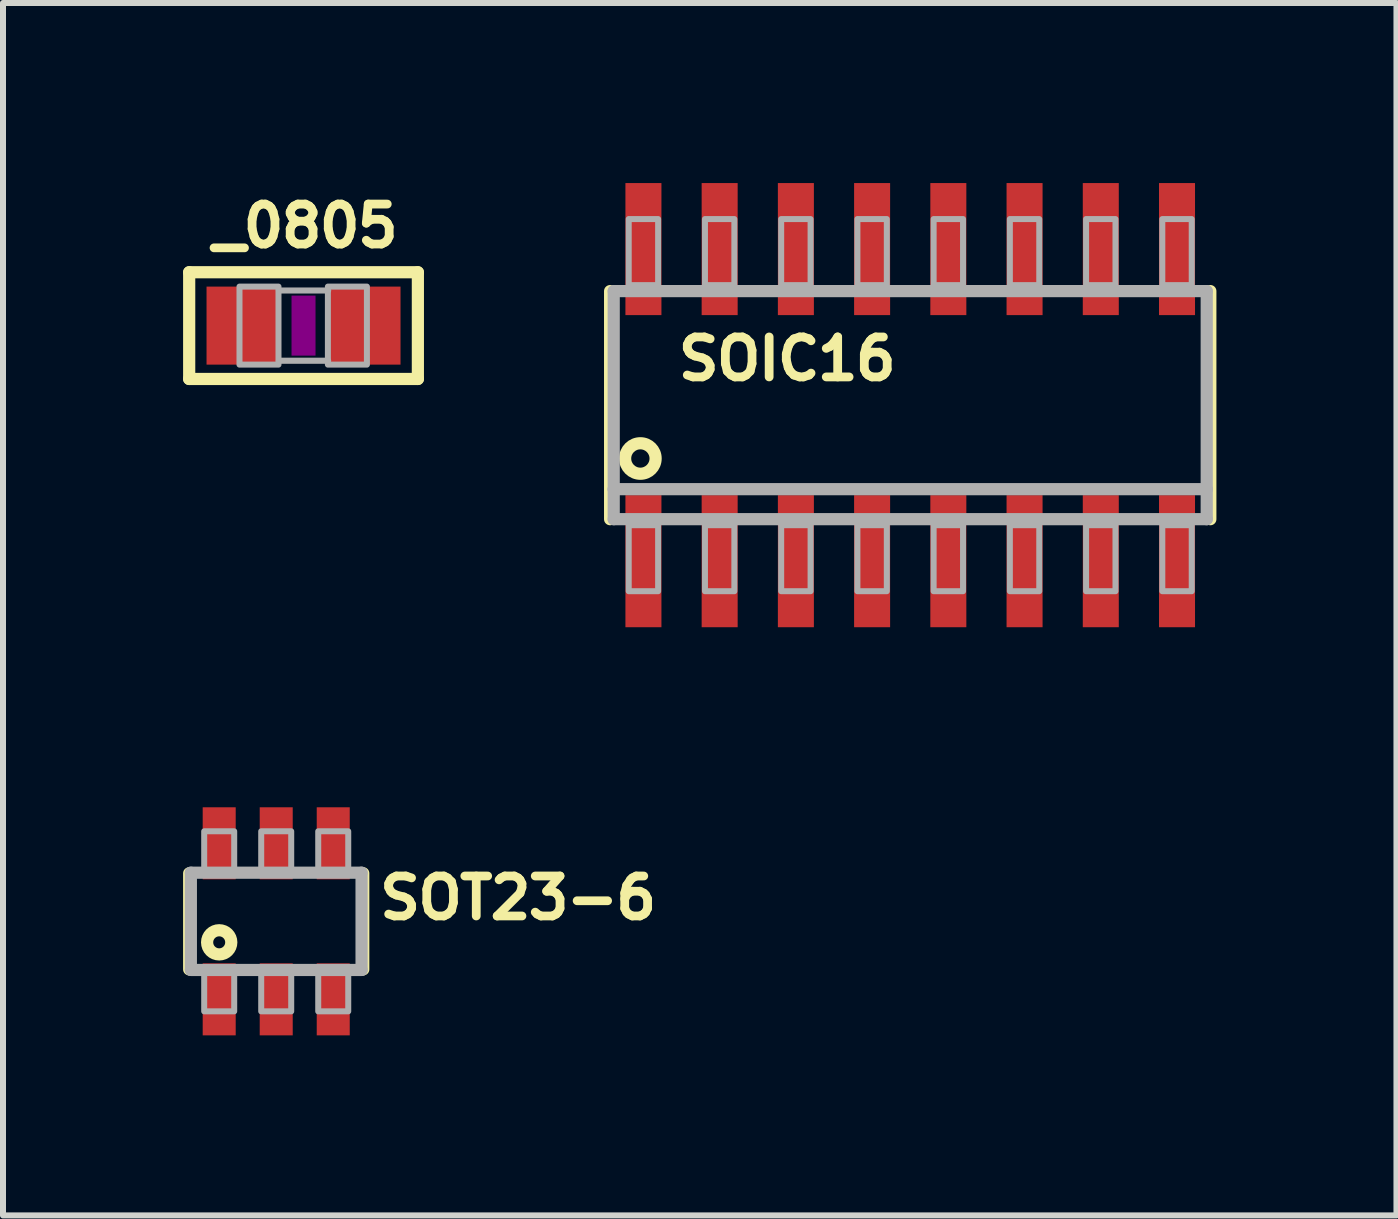
<source format=kicad_pcb>
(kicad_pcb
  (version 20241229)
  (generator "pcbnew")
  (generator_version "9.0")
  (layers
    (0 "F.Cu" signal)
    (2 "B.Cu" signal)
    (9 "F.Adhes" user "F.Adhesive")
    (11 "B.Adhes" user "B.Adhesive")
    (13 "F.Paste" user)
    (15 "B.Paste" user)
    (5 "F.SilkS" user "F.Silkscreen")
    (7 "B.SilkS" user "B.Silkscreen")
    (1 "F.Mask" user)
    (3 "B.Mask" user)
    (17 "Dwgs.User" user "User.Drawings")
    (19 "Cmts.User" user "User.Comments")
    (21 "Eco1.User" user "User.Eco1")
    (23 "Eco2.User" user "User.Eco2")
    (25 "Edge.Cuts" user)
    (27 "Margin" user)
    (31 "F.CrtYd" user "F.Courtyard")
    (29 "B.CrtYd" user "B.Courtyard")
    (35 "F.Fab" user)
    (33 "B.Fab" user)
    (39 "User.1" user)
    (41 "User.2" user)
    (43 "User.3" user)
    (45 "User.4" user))
  (footprint "SOIC16"
    (layer "F.Cu")
    (at 12.115 3.7)
    (property "Reference" "SOIC16" (at -3.937 -0.381 0) (unlocked yes) (layer "F.SilkS") (effects (font (size 0.666 0.666) (thickness 0.146)) (justify left bottom)))
    (fp_line (start -5 -1.9) (end -5 1.9) (stroke (width 0.203) (type solid)) (layer "F.SilkS"))
    (fp_line (start 5 -1.9) (end 5 1.9) (stroke (width 0.203) (type solid)) (layer "F.SilkS"))
    (fp_circle (center -4.496 0.889) (end -4.242 0.889) (stroke (width 0.203) (type solid)) (fill no) (layer "F.SilkS"))
    (fp_line (start -4.94 -1.9) (end 4.94 -1.9) (stroke (width 0.203) (type solid)) (layer "F.Fab"))
    (fp_line (start -4.94 1.4) (end -4.94 -1.9) (stroke (width 0.203) (type solid)) (layer "F.Fab"))
    (fp_line (start -4.94 1.9) (end -4.94 1.4) (stroke (width 0.203) (type solid)) (layer "F.Fab"))
    (fp_line (start 4.94 -1.9) (end 4.94 1.4) (stroke (width 0.203) (type solid)) (layer "F.Fab"))
    (fp_line (start 4.94 1.4) (end -4.94 1.4) (stroke (width 0.203) (type solid)) (layer "F.Fab"))
    (fp_line (start 4.94 1.4) (end 4.94 1.9) (stroke (width 0.203) (type solid)) (layer "F.Fab"))
    (fp_line (start 4.94 1.9) (end -4.94 1.9) (stroke (width 0.203) (type solid)) (layer "F.Fab"))
    (fp_poly (pts (xy -4.69 -2) (xy -4.2 -2) (xy -4.2 -3.1) (xy -4.69 -3.1)) (stroke (width 0.1) (type default)) (fill no) (layer "F.Fab"))
    (fp_poly (pts (xy -4.69 3.1) (xy -4.2 3.1) (xy -4.2 2) (xy -4.69 2)) (stroke (width 0.1) (type default)) (fill no) (layer "F.Fab"))
    (fp_poly (pts (xy -3.42 -2) (xy -2.93 -2) (xy -2.93 -3.1) (xy -3.42 -3.1)) (stroke (width 0.1) (type default)) (fill no) (layer "F.Fab"))
    (fp_poly (pts (xy -3.42 3.1) (xy -2.93 3.1) (xy -2.93 2) (xy -3.42 2)) (stroke (width 0.1) (type default)) (fill no) (layer "F.Fab"))
    (fp_poly (pts (xy -2.15 -2) (xy -1.66 -2) (xy -1.66 -3.1) (xy -2.15 -3.1)) (stroke (width 0.1) (type default)) (fill no) (layer "F.Fab"))
    (fp_poly (pts (xy -2.15 3.1) (xy -1.66 3.1) (xy -1.66 2) (xy -2.15 2)) (stroke (width 0.1) (type default)) (fill no) (layer "F.Fab"))
    (fp_poly (pts (xy -0.88 -2) (xy -0.39 -2) (xy -0.39 -3.1) (xy -0.88 -3.1)) (stroke (width 0.1) (type default)) (fill no) (layer "F.Fab"))
    (fp_poly (pts (xy -0.88 3.1) (xy -0.39 3.1) (xy -0.39 2) (xy -0.88 2)) (stroke (width 0.1) (type default)) (fill no) (layer "F.Fab"))
    (fp_poly (pts (xy 0.39 -2) (xy 0.88 -2) (xy 0.88 -3.1) (xy 0.39 -3.1)) (stroke (width 0.1) (type default)) (fill no) (layer "F.Fab"))
    (fp_poly (pts (xy 0.39 3.1) (xy 0.88 3.1) (xy 0.88 2) (xy 0.39 2)) (stroke (width 0.1) (type default)) (fill no) (layer "F.Fab"))
    (fp_poly (pts (xy 1.66 -2) (xy 2.15 -2) (xy 2.15 -3.1) (xy 1.66 -3.1)) (stroke (width 0.1) (type default)) (fill no) (layer "F.Fab"))
    (fp_poly (pts (xy 1.66 3.1) (xy 2.15 3.1) (xy 2.15 2) (xy 1.66 2)) (stroke (width 0.1) (type default)) (fill no) (layer "F.Fab"))
    (fp_poly (pts (xy 2.93 -2) (xy 3.42 -2) (xy 3.42 -3.1) (xy 2.93 -3.1)) (stroke (width 0.1) (type default)) (fill no) (layer "F.Fab"))
    (fp_poly (pts (xy 2.93 3.1) (xy 3.42 3.1) (xy 3.42 2) (xy 2.93 2)) (stroke (width 0.1) (type default)) (fill no) (layer "F.Fab"))
    (fp_poly (pts (xy 4.2 -2) (xy 4.69 -2) (xy 4.69 -3.1) (xy 4.2 -3.1)) (stroke (width 0.1) (type default)) (fill no) (layer "F.Fab"))
    (fp_poly (pts (xy 4.2 3.1) (xy 4.69 3.1) (xy 4.69 2) (xy 4.2 2)) (stroke (width 0.1) (type default)) (fill no) (layer "F.Fab"))
    (pad "1" smd rect (at -4.445 2.6) (size 0.6 2.2) (layers "F.Cu" "F.Mask" "F.Paste"))
    (pad "2" smd rect (at -3.175 2.6) (size 0.6 2.2) (layers "F.Cu" "F.Mask" "F.Paste"))
    (pad "3" smd rect (at -1.905 2.6) (size 0.6 2.2) (layers "F.Cu" "F.Mask" "F.Paste"))
    (pad "4" smd rect (at -0.635 2.6) (size 0.6 2.2) (layers "F.Cu" "F.Mask" "F.Paste"))
    (pad "5" smd rect (at 0.635 2.6) (size 0.6 2.2) (layers "F.Cu" "F.Mask" "F.Paste"))
    (pad "6" smd rect (at 1.905 2.6) (size 0.6 2.2) (layers "F.Cu" "F.Mask" "F.Paste"))
    (pad "7" smd rect (at 3.175 2.6) (size 0.6 2.2) (layers "F.Cu" "F.Mask" "F.Paste"))
    (pad "8" smd rect (at 4.445 2.6) (size 0.6 2.2) (layers "F.Cu" "F.Mask" "F.Paste"))
    (pad "9" smd rect (at 4.445 -2.6) (size 0.6 2.2) (layers "F.Cu" "F.Mask" "F.Paste"))
    (pad "10" smd rect (at 3.175 -2.6) (size 0.6 2.2) (layers "F.Cu" "F.Mask" "F.Paste"))
    (pad "11" smd rect (at 1.905 -2.6) (size 0.6 2.2) (layers "F.Cu" "F.Mask" "F.Paste"))
    (pad "12" smd rect (at 0.635 -2.6) (size 0.6 2.2) (layers "F.Cu" "F.Mask" "F.Paste"))
    (pad "13" smd rect (at -0.635 -2.6) (size 0.6 2.2) (layers "F.Cu" "F.Mask" "F.Paste"))
    (pad "14" smd rect (at -1.905 -2.6) (size 0.6 2.2) (layers "F.Cu" "F.Mask" "F.Paste"))
    (pad "15" smd rect (at -3.175 -2.6) (size 0.6 2.2) (layers "F.Cu" "F.Mask" "F.Paste"))
    (pad "16" smd rect (at -4.445 -2.6) (size 0.6 2.2) (layers "F.Cu" "F.Mask" "F.Paste")))
  (footprint "_0805"
    (layer "F.Cu")
    (at 2.007 2.375)
    (property "Reference" "_0805" (at -1.587 -1.27 0) (unlocked yes) (layer "F.SilkS") (effects (font (size 0.666 0.666) (thickness 0.146)) (justify left bottom)))
    (fp_line (start -1.905 -0.889) (end 1.905 -0.889) (stroke (width 0.203) (type solid)) (layer "F.SilkS"))
    (fp_line (start -1.905 0.889) (end -1.905 -0.889) (stroke (width 0.203) (type solid)) (layer "F.SilkS"))
    (fp_line (start 1.905 -0.889) (end 1.905 0.889) (stroke (width 0.203) (type solid)) (layer "F.SilkS"))
    (fp_line (start 1.905 0.889) (end -1.905 0.889) (stroke (width 0.203) (type solid)) (layer "F.SilkS"))
    (fp_poly (pts (xy -0.2 0.5) (xy 0.2 0.5) (xy 0.2 -0.5) (xy -0.2 -0.5)) (stroke (width 0) (type default)) (fill yes) (layer "F.Adhes"))
    (fp_line (start -0.41 -0.585) (end 0.41 -0.585) (stroke (width 0.102) (type solid)) (layer "F.Fab"))
    (fp_line (start -0.41 0.585) (end 0.41 0.585) (stroke (width 0.102) (type solid)) (layer "F.Fab"))
    (fp_poly (pts (xy -1.067 0.65) (xy -0.417 0.65) (xy -0.417 -0.65) (xy -1.067 -0.65)) (stroke (width 0.1) (type default)) (fill no) (layer "F.Fab"))
    (fp_poly (pts (xy 0.406 0.65) (xy 1.056 0.65) (xy 1.056 -0.65) (xy 0.406 -0.65)) (stroke (width 0.1) (type default)) (fill no) (layer "F.Fab"))
    (pad "1" smd rect (at -1.016 0) (size 1.2 1.3) (layers "F.Cu" "F.Mask" "F.Paste"))
    (pad "2" smd rect (at 1.016 0) (size 1.2 1.3) (layers "F.Cu" "F.Mask" "F.Paste")))
  (footprint "SOT23-6"
    (layer "F.Cu")
    (at 1.552 12.3)
    (property "Reference" "SOT23-6" (at 1.651 0 0) (unlocked yes) (layer "F.SilkS") (effects (font (size 0.666 0.666) (thickness 0.146)) (justify left bottom)))
    (fp_line (start -1.45 -0.8) (end -1.45 0.8) (stroke (width 0.203) (type solid)) (layer "F.SilkS"))
    (fp_line (start 1.45 0.8) (end 1.45 -0.8) (stroke (width 0.203) (type solid)) (layer "F.SilkS"))
    (fp_circle (center -0.95 0.35) (end -0.85 0.35) (stroke (width 0.203) (type solid)) (fill no) (layer "F.SilkS"))
    (fp_line (start -1.422 -0.81) (end 1.422 -0.81) (stroke (width 0.203) (type solid)) (layer "F.Fab"))
    (fp_line (start -1.422 0.81) (end -1.422 -0.81) (stroke (width 0.203) (type solid)) (layer "F.Fab"))
    (fp_line (start 1.422 -0.81) (end 1.422 0.81) (stroke (width 0.203) (type solid)) (layer "F.Fab"))
    (fp_line (start 1.422 0.81) (end -1.422 0.81) (stroke (width 0.203) (type solid)) (layer "F.Fab"))
    (fp_poly (pts (xy -1.2 -0.85) (xy -0.7 -0.85) (xy -0.7 -1.5) (xy -1.2 -1.5)) (stroke (width 0.1) (type default)) (fill no) (layer "F.Fab"))
    (fp_poly (pts (xy -1.2 1.5) (xy -0.7 1.5) (xy -0.7 0.85) (xy -1.2 0.85)) (stroke (width 0.1) (type default)) (fill no) (layer "F.Fab"))
    (fp_poly (pts (xy -0.25 -0.85) (xy 0.25 -0.85) (xy 0.25 -1.5) (xy -0.25 -1.5)) (stroke (width 0.1) (type default)) (fill no) (layer "F.Fab"))
    (fp_poly (pts (xy -0.25 1.5) (xy 0.25 1.5) (xy 0.25 0.85) (xy -0.25 0.85)) (stroke (width 0.1) (type default)) (fill no) (layer "F.Fab"))
    (fp_poly (pts (xy 0.7 -0.85) (xy 1.2 -0.85) (xy 1.2 -1.5) (xy 0.7 -1.5)) (stroke (width 0.1) (type default)) (fill no) (layer "F.Fab"))
    (fp_poly (pts (xy 0.7 1.5) (xy 1.2 1.5) (xy 1.2 0.85) (xy 0.7 0.85)) (stroke (width 0.1) (type default)) (fill no) (layer "F.Fab"))
    (pad "1" smd rect (at -0.95 1.3) (size 0.55 1.2) (layers "F.Cu" "F.Mask" "F.Paste"))
    (pad "2" smd rect (at 0 1.3) (size 0.55 1.2) (layers "F.Cu" "F.Mask" "F.Paste"))
    (pad "3" smd rect (at 0.95 1.3) (size 0.55 1.2) (layers "F.Cu" "F.Mask" "F.Paste"))
    (pad "4" smd rect (at 0.95 -1.3) (size 0.55 1.2) (layers "F.Cu" "F.Mask" "F.Paste"))
    (pad "5" smd rect (at 0 -1.3) (size 0.55 1.2) (layers "F.Cu" "F.Mask" "F.Paste"))
    (pad "6" smd rect (at -0.95 -1.3) (size 0.55 1.2) (layers "F.Cu" "F.Mask" "F.Paste")))
  (gr_rect
    (start -3 -3)
    (end 20.216 17.2)
    (stroke (width 0.1) (type default))
    (fill no)
    (layer "Edge.Cuts")))
</source>
